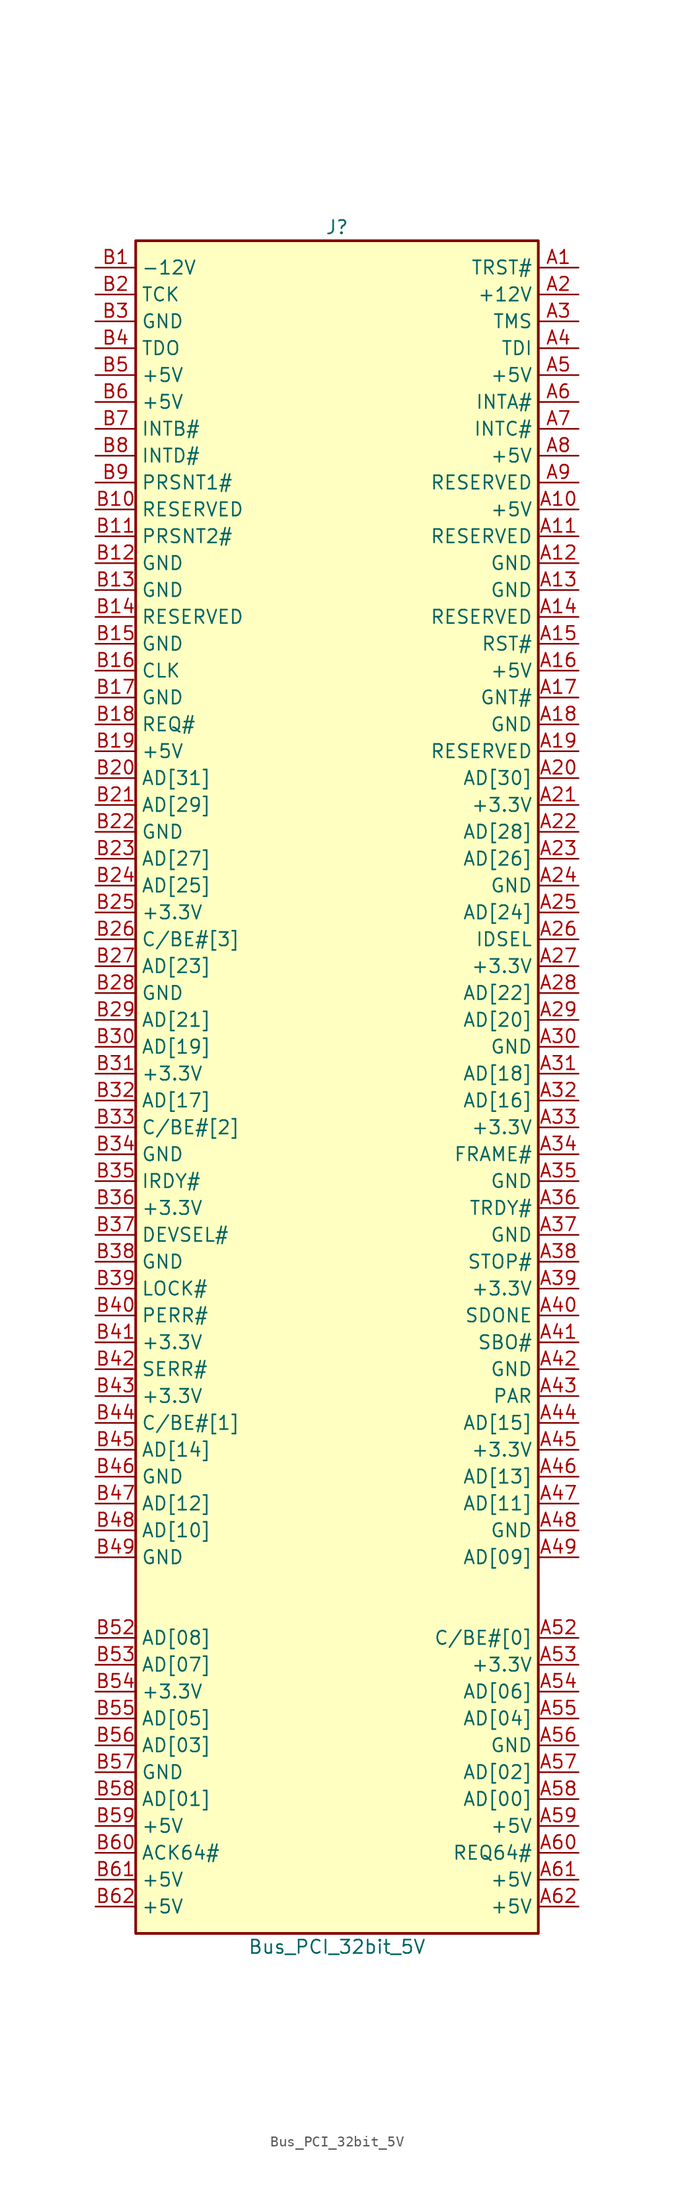
<source format=kicad_sym>
(kicad_symbol_lib
  (version 20201005)
  (generator kicad_symbol_editor)
  (symbol "Connector:Bus_PCI_32bit_5V"
    (property "Reference" "J"
      (at 0 80.01 0)
      (effects (font (size 1.27 1.27))))
    (property "Value" "Bus_PCI_32bit_5V"
      (at 0 -82.55 0)
      (effects (font (size 1.27 1.27))))
    (symbol "Bus_PCI_32bit_5V_0_1"
      (rectangle (start -19.05 -81.28) (end 19.05 78.74) (stroke (width 0.254)) (fill (type background))))
    (symbol "Bus_PCI_32bit_5V_1_1"
      (pin output line (at 22.86 76.2 180) (length 3.81) (name "TRST#" (effects (font (size 1.27 1.27)))) (number "A1" (effects (font (size 1.27 1.27)))))
      (pin power_in line (at 22.86 53.34 180) (length 3.81) (name "+5V" (effects (font (size 1.27 1.27)))) (number "A10" (effects (font (size 1.27 1.27)))))
      (pin passive line (at 22.86 50.8 180) (length 3.81) (name "RESERVED" (effects (font (size 1.27 1.27)))) (number "A11" (effects (font (size 1.27 1.27)))))
      (pin power_in line (at 22.86 48.26 180) (length 3.81) (name "GND" (effects (font (size 1.27 1.27)))) (number "A12" (effects (font (size 1.27 1.27)))))
      (pin power_in line (at 22.86 45.72 180) (length 3.81) (name "GND" (effects (font (size 1.27 1.27)))) (number "A13" (effects (font (size 1.27 1.27)))))
      (pin passive line (at 22.86 43.18 180) (length 3.81) (name "RESERVED" (effects (font (size 1.27 1.27)))) (number "A14" (effects (font (size 1.27 1.27)))))
      (pin output line (at 22.86 40.64 180) (length 3.81) (name "RST#" (effects (font (size 1.27 1.27)))) (number "A15" (effects (font (size 1.27 1.27)))))
      (pin power_in line (at 22.86 38.1 180) (length 3.81) (name "+5V" (effects (font (size 1.27 1.27)))) (number "A16" (effects (font (size 1.27 1.27)))))
      (pin bidirectional line (at 22.86 35.56 180) (length 3.81) (name "GNT#" (effects (font (size 1.27 1.27)))) (number "A17" (effects (font (size 1.27 1.27)))))
      (pin power_in line (at 22.86 33.02 180) (length 3.81) (name "GND" (effects (font (size 1.27 1.27)))) (number "A18" (effects (font (size 1.27 1.27)))))
      (pin passive line (at 22.86 30.48 180) (length 3.81) (name "RESERVED" (effects (font (size 1.27 1.27)))) (number "A19" (effects (font (size 1.27 1.27)))))
      (pin power_in line (at 22.86 73.66 180) (length 3.81) (name "+12V" (effects (font (size 1.27 1.27)))) (number "A2" (effects (font (size 1.27 1.27)))))
      (pin bidirectional line (at 22.86 27.94 180) (length 3.81) (name "AD[30]" (effects (font (size 1.27 1.27)))) (number "A20" (effects (font (size 1.27 1.27)))))
      (pin power_in line (at 22.86 25.4 180) (length 3.81) (name "+3.3V" (effects (font (size 1.27 1.27)))) (number "A21" (effects (font (size 1.27 1.27)))))
      (pin bidirectional line (at 22.86 22.86 180) (length 3.81) (name "AD[28]" (effects (font (size 1.27 1.27)))) (number "A22" (effects (font (size 1.27 1.27)))))
      (pin bidirectional line (at 22.86 20.32 180) (length 3.81) (name "AD[26]" (effects (font (size 1.27 1.27)))) (number "A23" (effects (font (size 1.27 1.27)))))
      (pin power_in line (at 22.86 17.78 180) (length 3.81) (name "GND" (effects (font (size 1.27 1.27)))) (number "A24" (effects (font (size 1.27 1.27)))))
      (pin bidirectional line (at 22.86 15.24 180) (length 3.81) (name "AD[24]" (effects (font (size 1.27 1.27)))) (number "A25" (effects (font (size 1.27 1.27)))))
      (pin output line (at 22.86 12.7 180) (length 3.81) (name "IDSEL" (effects (font (size 1.27 1.27)))) (number "A26" (effects (font (size 1.27 1.27)))))
      (pin power_in line (at 22.86 10.16 180) (length 3.81) (name "+3.3V" (effects (font (size 1.27 1.27)))) (number "A27" (effects (font (size 1.27 1.27)))))
      (pin bidirectional line (at 22.86 7.62 180) (length 3.81) (name "AD[22]" (effects (font (size 1.27 1.27)))) (number "A28" (effects (font (size 1.27 1.27)))))
      (pin bidirectional line (at 22.86 5.08 180) (length 3.81) (name "AD[20]" (effects (font (size 1.27 1.27)))) (number "A29" (effects (font (size 1.27 1.27)))))
      (pin output line (at 22.86 71.12 180) (length 3.81) (name "TMS" (effects (font (size 1.27 1.27)))) (number "A3" (effects (font (size 1.27 1.27)))))
      (pin power_in line (at 22.86 2.54 180) (length 3.81) (name "GND" (effects (font (size 1.27 1.27)))) (number "A30" (effects (font (size 1.27 1.27)))))
      (pin bidirectional line (at 22.86 0 180) (length 3.81) (name "AD[18]" (effects (font (size 1.27 1.27)))) (number "A31" (effects (font (size 1.27 1.27)))))
      (pin bidirectional line (at 22.86 -2.54 180) (length 3.81) (name "AD[16]" (effects (font (size 1.27 1.27)))) (number "A32" (effects (font (size 1.27 1.27)))))
      (pin power_in line (at 22.86 -5.08 180) (length 3.81) (name "+3.3V" (effects (font (size 1.27 1.27)))) (number "A33" (effects (font (size 1.27 1.27)))))
      (pin bidirectional line (at 22.86 -7.62 180) (length 3.81) (name "FRAME#" (effects (font (size 1.27 1.27)))) (number "A34" (effects (font (size 1.27 1.27)))))
      (pin power_in line (at 22.86 -10.16 180) (length 3.81) (name "GND" (effects (font (size 1.27 1.27)))) (number "A35" (effects (font (size 1.27 1.27)))))
      (pin bidirectional line (at 22.86 -12.7 180) (length 3.81) (name "TRDY#" (effects (font (size 1.27 1.27)))) (number "A36" (effects (font (size 1.27 1.27)))))
      (pin power_in line (at 22.86 -15.24 180) (length 3.81) (name "GND" (effects (font (size 1.27 1.27)))) (number "A37" (effects (font (size 1.27 1.27)))))
      (pin bidirectional line (at 22.86 -17.78 180) (length 3.81) (name "STOP#" (effects (font (size 1.27 1.27)))) (number "A38" (effects (font (size 1.27 1.27)))))
      (pin power_in line (at 22.86 -20.32 180) (length 3.81) (name "+3.3V" (effects (font (size 1.27 1.27)))) (number "A39" (effects (font (size 1.27 1.27)))))
      (pin output line (at 22.86 68.58 180) (length 3.81) (name "TDI" (effects (font (size 1.27 1.27)))) (number "A4" (effects (font (size 1.27 1.27)))))
      (pin bidirectional line (at 22.86 -22.86 180) (length 3.81) (name "SDONE" (effects (font (size 1.27 1.27)))) (number "A40" (effects (font (size 1.27 1.27)))))
      (pin bidirectional line (at 22.86 -25.4 180) (length 3.81) (name "SBO#" (effects (font (size 1.27 1.27)))) (number "A41" (effects (font (size 1.27 1.27)))))
      (pin power_in line (at 22.86 -27.94 180) (length 3.81) (name "GND" (effects (font (size 1.27 1.27)))) (number "A42" (effects (font (size 1.27 1.27)))))
      (pin bidirectional line (at 22.86 -30.48 180) (length 3.81) (name "PAR" (effects (font (size 1.27 1.27)))) (number "A43" (effects (font (size 1.27 1.27)))))
      (pin bidirectional line (at 22.86 -33.02 180) (length 3.81) (name "AD[15]" (effects (font (size 1.27 1.27)))) (number "A44" (effects (font (size 1.27 1.27)))))
      (pin power_in line (at 22.86 -35.56 180) (length 3.81) (name "+3.3V" (effects (font (size 1.27 1.27)))) (number "A45" (effects (font (size 1.27 1.27)))))
      (pin bidirectional line (at 22.86 -38.1 180) (length 3.81) (name "AD[13]" (effects (font (size 1.27 1.27)))) (number "A46" (effects (font (size 1.27 1.27)))))
      (pin bidirectional line (at 22.86 -40.64 180) (length 3.81) (name "AD[11]" (effects (font (size 1.27 1.27)))) (number "A47" (effects (font (size 1.27 1.27)))))
      (pin power_in line (at 22.86 -43.18 180) (length 3.81) (name "GND" (effects (font (size 1.27 1.27)))) (number "A48" (effects (font (size 1.27 1.27)))))
      (pin bidirectional line (at 22.86 -45.72 180) (length 3.81) (name "AD[09]" (effects (font (size 1.27 1.27)))) (number "A49" (effects (font (size 1.27 1.27)))))
      (pin power_in line (at 22.86 66.04 180) (length 3.81) (name "+5V" (effects (font (size 1.27 1.27)))) (number "A5" (effects (font (size 1.27 1.27)))))
      (pin bidirectional line (at 22.86 -53.34 180) (length 3.81) (name "C/BE#[0]" (effects (font (size 1.27 1.27)))) (number "A52" (effects (font (size 1.27 1.27)))))
      (pin power_in line (at 22.86 -55.88 180) (length 3.81) (name "+3.3V" (effects (font (size 1.27 1.27)))) (number "A53" (effects (font (size 1.27 1.27)))))
      (pin bidirectional line (at 22.86 -58.42 180) (length 3.81) (name "AD[06]" (effects (font (size 1.27 1.27)))) (number "A54" (effects (font (size 1.27 1.27)))))
      (pin bidirectional line (at 22.86 -60.96 180) (length 3.81) (name "AD[04]" (effects (font (size 1.27 1.27)))) (number "A55" (effects (font (size 1.27 1.27)))))
      (pin power_in line (at 22.86 -63.5 180) (length 3.81) (name "GND" (effects (font (size 1.27 1.27)))) (number "A56" (effects (font (size 1.27 1.27)))))
      (pin bidirectional line (at 22.86 -66.04 180) (length 3.81) (name "AD[02]" (effects (font (size 1.27 1.27)))) (number "A57" (effects (font (size 1.27 1.27)))))
      (pin bidirectional line (at 22.86 -68.58 180) (length 3.81) (name "AD[00]" (effects (font (size 1.27 1.27)))) (number "A58" (effects (font (size 1.27 1.27)))))
      (pin power_in line (at 22.86 -71.12 180) (length 3.81) (name "+5V" (effects (font (size 1.27 1.27)))) (number "A59" (effects (font (size 1.27 1.27)))))
      (pin input line (at 22.86 63.5 180) (length 3.81) (name "INTA#" (effects (font (size 1.27 1.27)))) (number "A6" (effects (font (size 1.27 1.27)))))
      (pin bidirectional line (at 22.86 -73.66 180) (length 3.81) (name "REQ64#" (effects (font (size 1.27 1.27)))) (number "A60" (effects (font (size 1.27 1.27)))))
      (pin power_in line (at 22.86 -76.2 180) (length 3.81) (name "+5V" (effects (font (size 1.27 1.27)))) (number "A61" (effects (font (size 1.27 1.27)))))
      (pin power_in line (at 22.86 -78.74 180) (length 3.81) (name "+5V" (effects (font (size 1.27 1.27)))) (number "A62" (effects (font (size 1.27 1.27)))))
      (pin input line (at 22.86 60.96 180) (length 3.81) (name "INTC#" (effects (font (size 1.27 1.27)))) (number "A7" (effects (font (size 1.27 1.27)))))
      (pin power_in line (at 22.86 58.42 180) (length 3.81) (name "+5V" (effects (font (size 1.27 1.27)))) (number "A8" (effects (font (size 1.27 1.27)))))
      (pin passive line (at 22.86 55.88 180) (length 3.81) (name "RESERVED" (effects (font (size 1.27 1.27)))) (number "A9" (effects (font (size 1.27 1.27)))))
      (pin power_in line (at -22.86 76.2 0) (length 3.81) (name "-12V" (effects (font (size 1.27 1.27)))) (number "B1" (effects (font (size 1.27 1.27)))))
      (pin passive line (at -22.86 53.34 0) (length 3.81) (name "RESERVED" (effects (font (size 1.27 1.27)))) (number "B10" (effects (font (size 1.27 1.27)))))
      (pin input line (at -22.86 50.8 0) (length 3.81) (name "PRSNT2#" (effects (font (size 1.27 1.27)))) (number "B11" (effects (font (size 1.27 1.27)))))
      (pin power_in line (at -22.86 48.26 0) (length 3.81) (name "GND" (effects (font (size 1.27 1.27)))) (number "B12" (effects (font (size 1.27 1.27)))))
      (pin power_in line (at -22.86 45.72 0) (length 3.81) (name "GND" (effects (font (size 1.27 1.27)))) (number "B13" (effects (font (size 1.27 1.27)))))
      (pin passive line (at -22.86 43.18 0) (length 3.81) (name "RESERVED" (effects (font (size 1.27 1.27)))) (number "B14" (effects (font (size 1.27 1.27)))))
      (pin power_in line (at -22.86 40.64 0) (length 3.81) (name "GND" (effects (font (size 1.27 1.27)))) (number "B15" (effects (font (size 1.27 1.27)))))
      (pin output line (at -22.86 38.1 0) (length 3.81) (name "CLK" (effects (font (size 1.27 1.27)))) (number "B16" (effects (font (size 1.27 1.27)))))
      (pin power_in line (at -22.86 35.56 0) (length 3.81) (name "GND" (effects (font (size 1.27 1.27)))) (number "B17" (effects (font (size 1.27 1.27)))))
      (pin bidirectional line (at -22.86 33.02 0) (length 3.81) (name "REQ#" (effects (font (size 1.27 1.27)))) (number "B18" (effects (font (size 1.27 1.27)))))
      (pin power_in line (at -22.86 30.48 0) (length 3.81) (name "+5V" (effects (font (size 1.27 1.27)))) (number "B19" (effects (font (size 1.27 1.27)))))
      (pin output line (at -22.86 73.66 0) (length 3.81) (name "TCK" (effects (font (size 1.27 1.27)))) (number "B2" (effects (font (size 1.27 1.27)))))
      (pin bidirectional line (at -22.86 27.94 0) (length 3.81) (name "AD[31]" (effects (font (size 1.27 1.27)))) (number "B20" (effects (font (size 1.27 1.27)))))
      (pin bidirectional line (at -22.86 25.4 0) (length 3.81) (name "AD[29]" (effects (font (size 1.27 1.27)))) (number "B21" (effects (font (size 1.27 1.27)))))
      (pin power_in line (at -22.86 22.86 0) (length 3.81) (name "GND" (effects (font (size 1.27 1.27)))) (number "B22" (effects (font (size 1.27 1.27)))))
      (pin bidirectional line (at -22.86 20.32 0) (length 3.81) (name "AD[27]" (effects (font (size 1.27 1.27)))) (number "B23" (effects (font (size 1.27 1.27)))))
      (pin bidirectional line (at -22.86 17.78 0) (length 3.81) (name "AD[25]" (effects (font (size 1.27 1.27)))) (number "B24" (effects (font (size 1.27 1.27)))))
      (pin power_in line (at -22.86 15.24 0) (length 3.81) (name "+3.3V" (effects (font (size 1.27 1.27)))) (number "B25" (effects (font (size 1.27 1.27)))))
      (pin bidirectional line (at -22.86 12.7 0) (length 3.81) (name "C/BE#[3]" (effects (font (size 1.27 1.27)))) (number "B26" (effects (font (size 1.27 1.27)))))
      (pin bidirectional line (at -22.86 10.16 0) (length 3.81) (name "AD[23]" (effects (font (size 1.27 1.27)))) (number "B27" (effects (font (size 1.27 1.27)))))
      (pin power_in line (at -22.86 7.62 0) (length 3.81) (name "GND" (effects (font (size 1.27 1.27)))) (number "B28" (effects (font (size 1.27 1.27)))))
      (pin bidirectional line (at -22.86 5.08 0) (length 3.81) (name "AD[21]" (effects (font (size 1.27 1.27)))) (number "B29" (effects (font (size 1.27 1.27)))))
      (pin power_in line (at -22.86 71.12 0) (length 3.81) (name "GND" (effects (font (size 1.27 1.27)))) (number "B3" (effects (font (size 1.27 1.27)))))
      (pin bidirectional line (at -22.86 2.54 0) (length 3.81) (name "AD[19]" (effects (font (size 1.27 1.27)))) (number "B30" (effects (font (size 1.27 1.27)))))
      (pin power_in line (at -22.86 0 0) (length 3.81) (name "+3.3V" (effects (font (size 1.27 1.27)))) (number "B31" (effects (font (size 1.27 1.27)))))
      (pin bidirectional line (at -22.86 -2.54 0) (length 3.81) (name "AD[17]" (effects (font (size 1.27 1.27)))) (number "B32" (effects (font (size 1.27 1.27)))))
      (pin bidirectional line (at -22.86 -5.08 0) (length 3.81) (name "C/BE#[2]" (effects (font (size 1.27 1.27)))) (number "B33" (effects (font (size 1.27 1.27)))))
      (pin power_in line (at -22.86 -7.62 0) (length 3.81) (name "GND" (effects (font (size 1.27 1.27)))) (number "B34" (effects (font (size 1.27 1.27)))))
      (pin bidirectional line (at -22.86 -10.16 0) (length 3.81) (name "IRDY#" (effects (font (size 1.27 1.27)))) (number "B35" (effects (font (size 1.27 1.27)))))
      (pin power_in line (at -22.86 -12.7 0) (length 3.81) (name "+3.3V" (effects (font (size 1.27 1.27)))) (number "B36" (effects (font (size 1.27 1.27)))))
      (pin bidirectional line (at -22.86 -15.24 0) (length 3.81) (name "DEVSEL#" (effects (font (size 1.27 1.27)))) (number "B37" (effects (font (size 1.27 1.27)))))
      (pin power_in line (at -22.86 -17.78 0) (length 3.81) (name "GND" (effects (font (size 1.27 1.27)))) (number "B38" (effects (font (size 1.27 1.27)))))
      (pin bidirectional line (at -22.86 -20.32 0) (length 3.81) (name "LOCK#" (effects (font (size 1.27 1.27)))) (number "B39" (effects (font (size 1.27 1.27)))))
      (pin input line (at -22.86 68.58 0) (length 3.81) (name "TDO" (effects (font (size 1.27 1.27)))) (number "B4" (effects (font (size 1.27 1.27)))))
      (pin bidirectional line (at -22.86 -22.86 0) (length 3.81) (name "PERR#" (effects (font (size 1.27 1.27)))) (number "B40" (effects (font (size 1.27 1.27)))))
      (pin power_in line (at -22.86 -25.4 0) (length 3.81) (name "+3.3V" (effects (font (size 1.27 1.27)))) (number "B41" (effects (font (size 1.27 1.27)))))
      (pin input line (at -22.86 -27.94 0) (length 3.81) (name "SERR#" (effects (font (size 1.27 1.27)))) (number "B42" (effects (font (size 1.27 1.27)))))
      (pin power_in line (at -22.86 -30.48 0) (length 3.81) (name "+3.3V" (effects (font (size 1.27 1.27)))) (number "B43" (effects (font (size 1.27 1.27)))))
      (pin bidirectional line (at -22.86 -33.02 0) (length 3.81) (name "C/BE#[1]" (effects (font (size 1.27 1.27)))) (number "B44" (effects (font (size 1.27 1.27)))))
      (pin bidirectional line (at -22.86 -35.56 0) (length 3.81) (name "AD[14]" (effects (font (size 1.27 1.27)))) (number "B45" (effects (font (size 1.27 1.27)))))
      (pin power_in line (at -22.86 -38.1 0) (length 3.81) (name "GND" (effects (font (size 1.27 1.27)))) (number "B46" (effects (font (size 1.27 1.27)))))
      (pin bidirectional line (at -22.86 -40.64 0) (length 3.81) (name "AD[12]" (effects (font (size 1.27 1.27)))) (number "B47" (effects (font (size 1.27 1.27)))))
      (pin bidirectional line (at -22.86 -43.18 0) (length 3.81) (name "AD[10]" (effects (font (size 1.27 1.27)))) (number "B48" (effects (font (size 1.27 1.27)))))
      (pin power_in line (at -22.86 -45.72 0) (length 3.81) (name "GND" (effects (font (size 1.27 1.27)))) (number "B49" (effects (font (size 1.27 1.27)))))
      (pin power_in line (at -22.86 66.04 0) (length 3.81) (name "+5V" (effects (font (size 1.27 1.27)))) (number "B5" (effects (font (size 1.27 1.27)))))
      (pin bidirectional line (at -22.86 -53.34 0) (length 3.81) (name "AD[08]" (effects (font (size 1.27 1.27)))) (number "B52" (effects (font (size 1.27 1.27)))))
      (pin bidirectional line (at -22.86 -55.88 0) (length 3.81) (name "AD[07]" (effects (font (size 1.27 1.27)))) (number "B53" (effects (font (size 1.27 1.27)))))
      (pin input line (at -22.86 -58.42 0) (length 3.81) (name "+3.3V" (effects (font (size 1.27 1.27)))) (number "B54" (effects (font (size 1.27 1.27)))))
      (pin bidirectional line (at -22.86 -60.96 0) (length 3.81) (name "AD[05]" (effects (font (size 1.27 1.27)))) (number "B55" (effects (font (size 1.27 1.27)))))
      (pin bidirectional line (at -22.86 -63.5 0) (length 3.81) (name "AD[03]" (effects (font (size 1.27 1.27)))) (number "B56" (effects (font (size 1.27 1.27)))))
      (pin power_in line (at -22.86 -66.04 0) (length 3.81) (name "GND" (effects (font (size 1.27 1.27)))) (number "B57" (effects (font (size 1.27 1.27)))))
      (pin bidirectional line (at -22.86 -68.58 0) (length 3.81) (name "AD[01]" (effects (font (size 1.27 1.27)))) (number "B58" (effects (font (size 1.27 1.27)))))
      (pin power_in line (at -22.86 -71.12 0) (length 3.81) (name "+5V" (effects (font (size 1.27 1.27)))) (number "B59" (effects (font (size 1.27 1.27)))))
      (pin power_in line (at -22.86 63.5 0) (length 3.81) (name "+5V" (effects (font (size 1.27 1.27)))) (number "B6" (effects (font (size 1.27 1.27)))))
      (pin bidirectional line (at -22.86 -73.66 0) (length 3.81) (name "ACK64#" (effects (font (size 1.27 1.27)))) (number "B60" (effects (font (size 1.27 1.27)))))
      (pin power_in line (at -22.86 -76.2 0) (length 3.81) (name "+5V" (effects (font (size 1.27 1.27)))) (number "B61" (effects (font (size 1.27 1.27)))))
      (pin power_in line (at -22.86 -78.74 0) (length 3.81) (name "+5V" (effects (font (size 1.27 1.27)))) (number "B62" (effects (font (size 1.27 1.27)))))
      (pin input line (at -22.86 60.96 0) (length 3.81) (name "INTB#" (effects (font (size 1.27 1.27)))) (number "B7" (effects (font (size 1.27 1.27)))))
      (pin input line (at -22.86 58.42 0) (length 3.81) (name "INTD#" (effects (font (size 1.27 1.27)))) (number "B8" (effects (font (size 1.27 1.27)))))
      (pin input line (at -22.86 55.88 0) (length 3.81) (name "PRSNT1#" (effects (font (size 1.27 1.27)))) (number "B9" (effects (font (size 1.27 1.27))))))))
</source>
